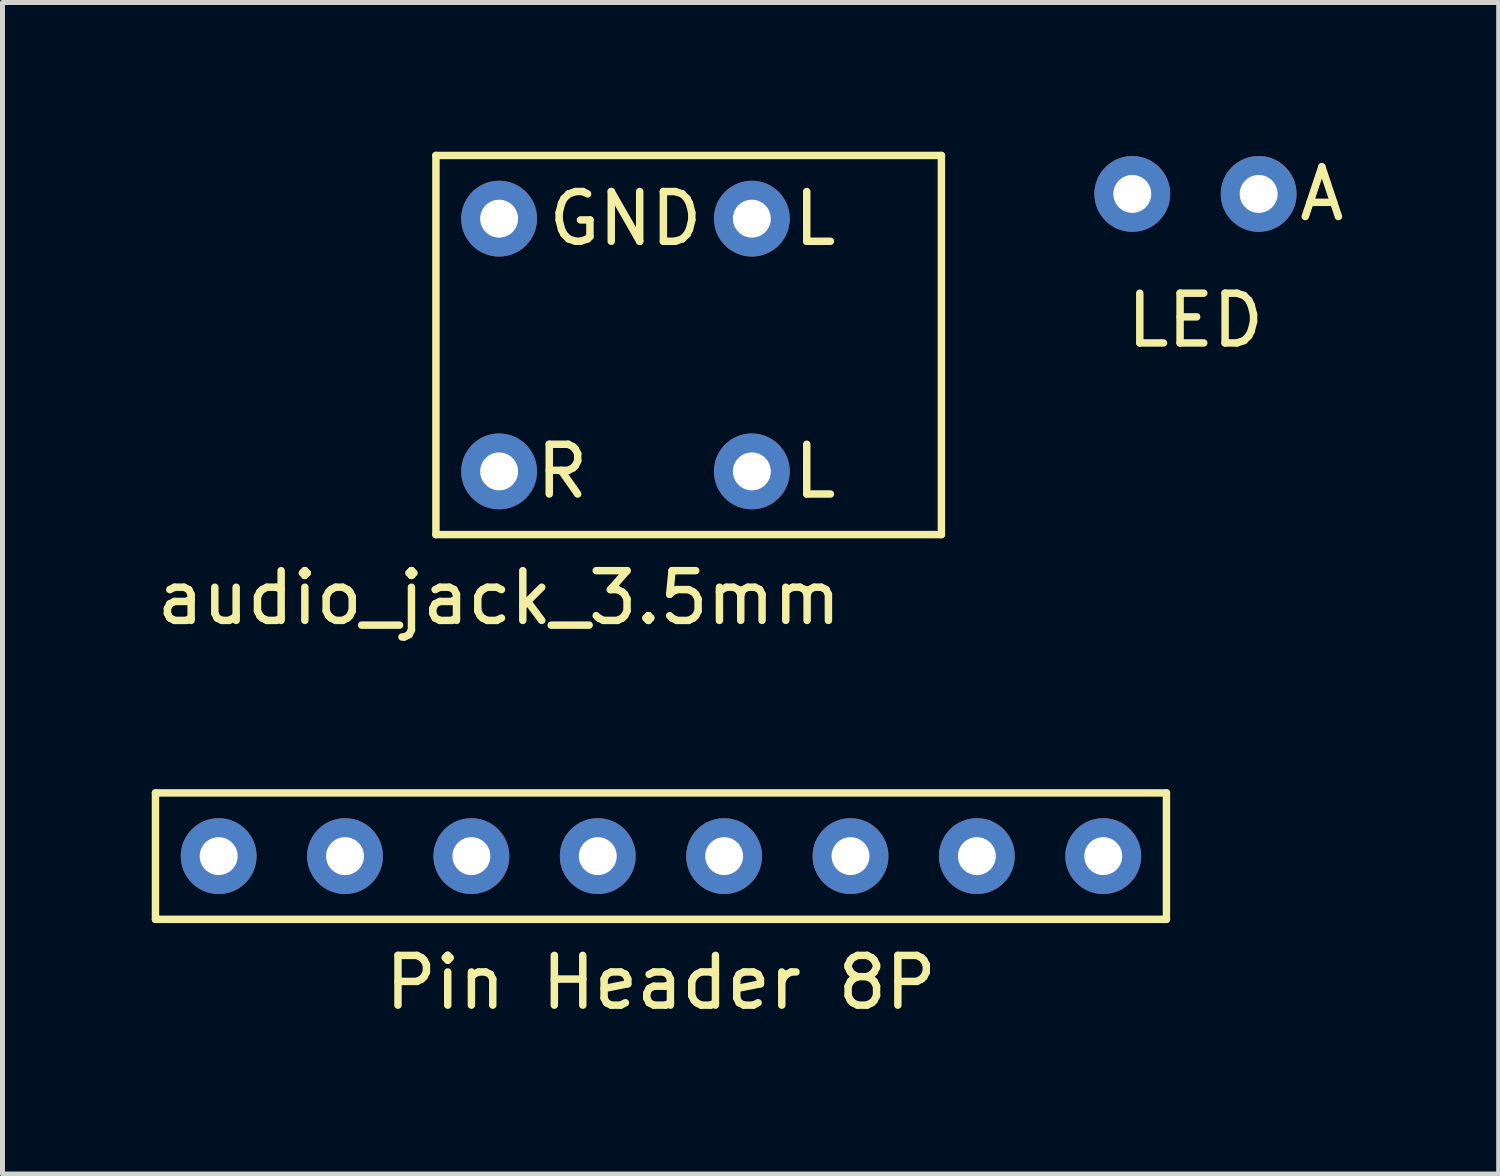
<source format=kicad_pcb>
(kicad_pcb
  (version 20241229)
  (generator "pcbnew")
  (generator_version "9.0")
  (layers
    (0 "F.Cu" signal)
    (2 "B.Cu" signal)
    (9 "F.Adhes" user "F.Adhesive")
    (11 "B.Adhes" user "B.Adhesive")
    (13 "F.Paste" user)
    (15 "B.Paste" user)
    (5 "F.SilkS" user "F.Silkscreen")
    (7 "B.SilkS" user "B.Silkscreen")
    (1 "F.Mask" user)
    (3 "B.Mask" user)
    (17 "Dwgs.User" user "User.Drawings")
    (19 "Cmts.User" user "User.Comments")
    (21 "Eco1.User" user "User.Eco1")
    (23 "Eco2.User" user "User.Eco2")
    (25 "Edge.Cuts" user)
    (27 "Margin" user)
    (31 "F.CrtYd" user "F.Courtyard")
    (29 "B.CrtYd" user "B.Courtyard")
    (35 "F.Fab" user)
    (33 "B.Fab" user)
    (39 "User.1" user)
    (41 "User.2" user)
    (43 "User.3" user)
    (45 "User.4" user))
  (footprint "audio_jack_3.5mm"
    (layer "F.Cu")
    (at 9.522 2.615)
    (property "Reference" "audio_jack_3.5mm" (at -2.54 6.35 0) (layer "F.SilkS") (effects (font (size 1 1) (thickness 0.15))))
    (attr through_hole)
    (fp_line (start -3.81 -2.54) (end -3.81 5.08) (stroke (width 0.15) (type solid)) (layer "F.SilkS"))
    (fp_line (start -3.81 5.08) (end 6.35 5.08) (stroke (width 0.15) (type solid)) (layer "F.SilkS"))
    (fp_line (start 6.35 -2.54) (end -3.81 -2.54) (stroke (width 0.15) (type solid)) (layer "F.SilkS"))
    (fp_line (start 6.35 5.08) (end 6.35 -2.54) (stroke (width 0.15) (type solid)) (layer "F.SilkS"))
    (fp_text user "L" (at 3.81 -1.27 0) (layer "F.SilkS") (effects (font (size 1 1) (thickness 0.15))))
    (fp_text user "R" (at -1.27 3.81 0) (layer "F.SilkS") (effects (font (size 1 1) (thickness 0.15))))
    (fp_text user "GND" (at 0 -1.27 0) (layer "F.SilkS") (effects (font (size 1 1) (thickness 0.15))))
    (fp_text user "L" (at 3.81 3.81 0) (layer "F.SilkS") (effects (font (size 1 1) (thickness 0.15))))
    (pad "1" thru_hole circle (at -2.54 -1.27) (size 1.524 1.524) (drill 0.762) (layers "*.Cu" "*.Mask"))
    (pad "2" thru_hole circle (at -2.54 3.81) (size 1.524 1.524) (drill 0.762) (layers "*.Cu" "*.Mask"))
    (pad "3" thru_hole circle (at 2.54 -1.27) (size 1.524 1.524) (drill 0.762) (layers "*.Cu" "*.Mask"))
    (pad "3" thru_hole circle (at 2.54 3.81) (size 1.524 1.524) (drill 0.762) (layers "*.Cu" "*.Mask")))
  (footprint "Pin Header 8P"
    (layer "F.Cu")
    (at 10.235 14.158)
    (property "Reference" "Pin Header 8P" (at 0 2.54 0) (layer "F.SilkS") (effects (font (size 1 1) (thickness 0.15))))
    (attr through_hole)
    (fp_line (start -10.16 -1.27) (end -10.16 1.27) (stroke (width 0.15) (type solid)) (layer "F.SilkS"))
    (fp_line (start -10.16 1.27) (end 10.16 1.27) (stroke (width 0.15) (type solid)) (layer "F.SilkS"))
    (fp_line (start 10.16 -1.27) (end -10.16 -1.27) (stroke (width 0.15) (type solid)) (layer "F.SilkS"))
    (fp_line (start 10.16 1.27) (end 10.16 -1.27) (stroke (width 0.15) (type solid)) (layer "F.SilkS"))
    (pad "1" thru_hole circle (at -8.89 0) (size 1.524 1.524) (drill 0.762) (layers "*.Cu" "*.Mask"))
    (pad "2" thru_hole circle (at -6.35 0) (size 1.524 1.524) (drill 0.762) (layers "*.Cu" "*.Mask"))
    (pad "3" thru_hole circle (at -3.81 0) (size 1.524 1.524) (drill 0.762) (layers "*.Cu" "*.Mask"))
    (pad "4" thru_hole circle (at -1.27 0) (size 1.524 1.524) (drill 0.762) (layers "*.Cu" "*.Mask"))
    (pad "5" thru_hole circle (at 1.27 0) (size 1.524 1.524) (drill 0.762) (layers "*.Cu" "*.Mask"))
    (pad "6" thru_hole circle (at 3.81 0) (size 1.524 1.524) (drill 0.762) (layers "*.Cu" "*.Mask"))
    (pad "7" thru_hole circle (at 6.35 0) (size 1.524 1.524) (drill 0.762) (layers "*.Cu" "*.Mask"))
    (pad "8" thru_hole circle (at 8.89 0) (size 1.524 1.524) (drill 0.762) (layers "*.Cu" "*.Mask")))
  (footprint "LED"
    (layer "F.Cu")
    (at 20.979 0.848)
    (property "Reference" "LED" (at 0 2.54 0) (layer "F.SilkS") (effects (font (size 1 1) (thickness 0.15))))
    (attr through_hole)
    (fp_text user "A" (at 2.54 0 0) (layer "F.SilkS") (effects (font (size 1 1) (thickness 0.15))))
    (pad "1" thru_hole circle (at -1.27 0) (size 1.524 1.524) (drill 0.762) (layers "*.Cu" "*.Mask"))
    (pad "2" thru_hole circle (at 1.27 0) (size 1.524 1.524) (drill 0.762) (layers "*.Cu" "*.Mask")))
  (gr_rect
    (start -3 -3)
    (end 27.073 20.547)
    (stroke (width 0.1) (type default))
    (fill no)
    (layer "Edge.Cuts")))
</source>
